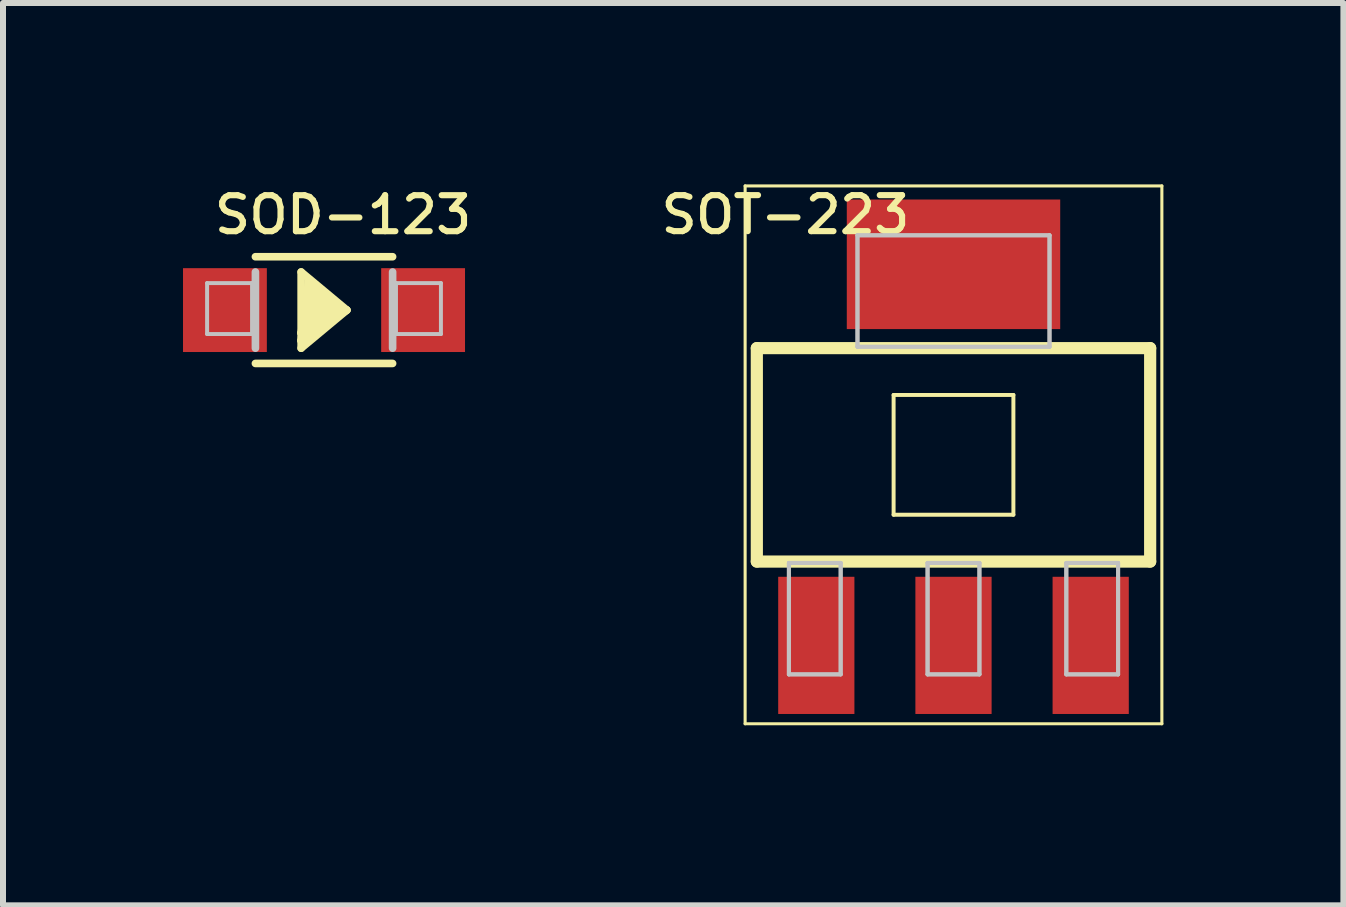
<source format=kicad_pcb>
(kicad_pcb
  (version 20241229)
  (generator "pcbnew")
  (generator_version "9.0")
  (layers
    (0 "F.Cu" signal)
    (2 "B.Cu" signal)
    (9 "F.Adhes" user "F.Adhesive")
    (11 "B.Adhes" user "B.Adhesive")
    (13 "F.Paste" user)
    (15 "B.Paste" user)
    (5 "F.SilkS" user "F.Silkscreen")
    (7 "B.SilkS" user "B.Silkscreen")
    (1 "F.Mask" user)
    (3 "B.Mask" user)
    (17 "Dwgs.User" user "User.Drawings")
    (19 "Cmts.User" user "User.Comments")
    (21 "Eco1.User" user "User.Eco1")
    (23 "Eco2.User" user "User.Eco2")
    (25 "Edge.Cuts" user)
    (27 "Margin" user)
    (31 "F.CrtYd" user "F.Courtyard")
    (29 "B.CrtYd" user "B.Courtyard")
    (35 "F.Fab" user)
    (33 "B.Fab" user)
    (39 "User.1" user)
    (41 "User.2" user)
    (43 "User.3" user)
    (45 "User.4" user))
  (footprint "SOD-123"
    (layer "F.Cu")
    (at 2.349 2.117)
    (property "Reference" "SOD-123" (at 0.318 -1.587 0) (layer "F.SilkS") (effects (font (size 0.6 0.6) (thickness 0.102))))
    (attr smd)
    (fp_line (start -1.143 -0.889) (end 1.143 -0.889) (stroke (width 0.127) (type solid)) (layer "F.SilkS"))
    (fp_line (start -0.381 -0.635) (end 0.381 0) (stroke (width 0.127) (type solid)) (layer "F.SilkS"))
    (fp_line (start -0.381 0.381) (end -0.381 -0.635) (stroke (width 0.127) (type solid)) (layer "F.SilkS"))
    (fp_line (start -0.381 0.381) (end -0.254 -0.381) (stroke (width 0.127) (type solid)) (layer "F.SilkS"))
    (fp_line (start -0.381 0.508) (end -0.381 0.381) (stroke (width 0.127) (type solid)) (layer "F.SilkS"))
    (fp_line (start -0.381 0.508) (end -0.254 -0.508) (stroke (width 0.127) (type solid)) (layer "F.SilkS"))
    (fp_line (start -0.381 0.635) (end -0.381 0.508) (stroke (width 0.127) (type solid)) (layer "F.SilkS"))
    (fp_line (start -0.254 -0.508) (end 0.254 0) (stroke (width 0.127) (type solid)) (layer "F.SilkS"))
    (fp_line (start -0.254 -0.381) (end 0.127 0) (stroke (width 0.127) (type solid)) (layer "F.SilkS"))
    (fp_line (start -0.254 -0.254) (end -0.127 -0.127) (stroke (width 0.127) (type solid)) (layer "F.SilkS"))
    (fp_line (start -0.254 0.127) (end -0.254 -0.254) (stroke (width 0.127) (type solid)) (layer "F.SilkS"))
    (fp_line (start -0.254 0.127) (end -0.127 -0.127) (stroke (width 0.127) (type solid)) (layer "F.SilkS"))
    (fp_line (start -0.254 0.254) (end -0.254 0.127) (stroke (width 0.127) (type solid)) (layer "F.SilkS"))
    (fp_line (start -0.127 -0.127) (end -0.127 0) (stroke (width 0.127) (type solid)) (layer "F.SilkS"))
    (fp_line (start -0.127 -0.127) (end 0 0) (stroke (width 0.127) (type solid)) (layer "F.SilkS"))
    (fp_line (start 0 0) (end -0.254 0.127) (stroke (width 0.127) (type solid)) (layer "F.SilkS"))
    (fp_line (start 0.127 0) (end -0.254 0.254) (stroke (width 0.127) (type solid)) (layer "F.SilkS"))
    (fp_line (start 0.254 0) (end -0.381 0.381) (stroke (width 0.127) (type solid)) (layer "F.SilkS"))
    (fp_line (start 0.381 0) (end -0.381 0.508) (stroke (width 0.127) (type solid)) (layer "F.SilkS"))
    (fp_line (start 0.381 0) (end -0.381 0.635) (stroke (width 0.127) (type solid)) (layer "F.SilkS"))
    (fp_line (start 1.143 0.889) (end -1.143 0.889) (stroke (width 0.127) (type solid)) (layer "F.SilkS"))
    (fp_line (start -1.948 -0.45) (end -1.199 -0.45) (stroke (width 0.066) (type solid)) (layer "Dwgs.User"))
    (fp_line (start -1.948 0.399) (end -1.948 -0.45) (stroke (width 0.066) (type solid)) (layer "Dwgs.User"))
    (fp_line (start -1.948 0.399) (end -1.199 0.399) (stroke (width 0.066) (type solid)) (layer "Dwgs.User"))
    (fp_line (start -1.199 0.399) (end -1.199 -0.45) (stroke (width 0.066) (type solid)) (layer "Dwgs.User"))
    (fp_line (start -1.143 0.635) (end -1.143 -0.635) (stroke (width 0.127) (type solid)) (layer "Dwgs.User"))
    (fp_line (start 1.143 -0.635) (end 1.143 0.635) (stroke (width 0.127) (type solid)) (layer "Dwgs.User"))
    (fp_line (start 1.199 -0.45) (end 1.948 -0.45) (stroke (width 0.066) (type solid)) (layer "Dwgs.User"))
    (fp_line (start 1.199 0.399) (end 1.199 -0.45) (stroke (width 0.066) (type solid)) (layer "Dwgs.User"))
    (fp_line (start 1.199 0.399) (end 1.948 0.399) (stroke (width 0.066) (type solid)) (layer "Dwgs.User"))
    (fp_line (start 1.948 0.399) (end 1.948 -0.45) (stroke (width 0.066) (type solid)) (layer "Dwgs.User"))
    (pad "+" smd rect (at -1.651 0 180) (size 1.397 1.397) (layers "F.Cu" "F.Mask" "F.Paste"))
    (pad "-" smd rect (at 1.651 0 180) (size 1.397 1.397) (layers "F.Cu" "F.Mask" "F.Paste")))
  (footprint "SOT-223"
    (layer "F.Cu")
    (at 12.838 4.529)
    (property "Reference" "SOT-223" (at -2.8 -4 180) (layer "F.SilkS") (effects (font (size 0.6 0.6) (thickness 0.102))))
    (attr smd)
    (fp_line (start -3.472 -4.481) (end 3.472 -4.481) (stroke (width 0.051) (type solid)) (layer "F.SilkS"))
    (fp_line (start -3.472 4.481) (end -3.472 -4.481) (stroke (width 0.051) (type solid)) (layer "F.SilkS"))
    (fp_line (start -3.277 -1.778) (end 3.277 -1.778) (stroke (width 0.203) (type solid)) (layer "F.SilkS"))
    (fp_line (start -3.277 1.778) (end -3.277 -1.778) (stroke (width 0.203) (type solid)) (layer "F.SilkS"))
    (fp_line (start -0.998 -0.998) (end 0.998 -0.998) (stroke (width 0.066) (type solid)) (layer "F.SilkS"))
    (fp_line (start -0.998 0.998) (end -0.998 -0.998) (stroke (width 0.066) (type solid)) (layer "F.SilkS"))
    (fp_line (start -0.998 0.998) (end 0.998 0.998) (stroke (width 0.066) (type solid)) (layer "F.SilkS"))
    (fp_line (start 0.998 0.998) (end 0.998 -0.998) (stroke (width 0.066) (type solid)) (layer "F.SilkS"))
    (fp_line (start 3.277 -1.778) (end 3.277 1.778) (stroke (width 0.203) (type solid)) (layer "F.SilkS"))
    (fp_line (start 3.277 1.778) (end -3.277 1.778) (stroke (width 0.203) (type solid)) (layer "F.SilkS"))
    (fp_line (start 3.472 -4.481) (end 3.472 4.481) (stroke (width 0.051) (type solid)) (layer "F.SilkS"))
    (fp_line (start 3.472 4.481) (end -3.472 4.481) (stroke (width 0.051) (type solid)) (layer "F.SilkS"))
    (fp_line (start -2.743 1.801) (end -1.88 1.801) (stroke (width 0.066) (type solid)) (layer "Dwgs.User"))
    (fp_line (start -2.743 1.801) (end -1.88 1.801) (stroke (width 0.066) (type solid)) (layer "Dwgs.User"))
    (fp_line (start -2.743 3.658) (end -2.743 1.801) (stroke (width 0.066) (type solid)) (layer "Dwgs.User"))
    (fp_line (start -2.743 3.658) (end -2.743 1.801) (stroke (width 0.066) (type solid)) (layer "Dwgs.User"))
    (fp_line (start -2.743 3.658) (end -1.88 3.658) (stroke (width 0.066) (type solid)) (layer "Dwgs.User"))
    (fp_line (start -2.743 3.658) (end -1.88 3.658) (stroke (width 0.066) (type solid)) (layer "Dwgs.User"))
    (fp_line (start -1.88 3.658) (end -1.88 1.801) (stroke (width 0.066) (type solid)) (layer "Dwgs.User"))
    (fp_line (start -1.88 3.658) (end -1.88 1.801) (stroke (width 0.066) (type solid)) (layer "Dwgs.User"))
    (fp_line (start -1.6 -3.658) (end 1.6 -3.658) (stroke (width 0.066) (type solid)) (layer "Dwgs.User"))
    (fp_line (start -1.6 -3.658) (end 1.6 -3.658) (stroke (width 0.066) (type solid)) (layer "Dwgs.User"))
    (fp_line (start -1.6 -1.801) (end -1.6 -3.658) (stroke (width 0.066) (type solid)) (layer "Dwgs.User"))
    (fp_line (start -1.6 -1.801) (end -1.6 -3.658) (stroke (width 0.066) (type solid)) (layer "Dwgs.User"))
    (fp_line (start -1.6 -1.801) (end 1.6 -1.801) (stroke (width 0.066) (type solid)) (layer "Dwgs.User"))
    (fp_line (start -1.6 -1.801) (end 1.6 -1.801) (stroke (width 0.066) (type solid)) (layer "Dwgs.User"))
    (fp_line (start -0.432 1.801) (end 0.432 1.801) (stroke (width 0.066) (type solid)) (layer "Dwgs.User"))
    (fp_line (start -0.432 1.801) (end 0.432 1.801) (stroke (width 0.066) (type solid)) (layer "Dwgs.User"))
    (fp_line (start -0.432 3.658) (end -0.432 1.801) (stroke (width 0.066) (type solid)) (layer "Dwgs.User"))
    (fp_line (start -0.432 3.658) (end -0.432 1.801) (stroke (width 0.066) (type solid)) (layer "Dwgs.User"))
    (fp_line (start -0.432 3.658) (end 0.432 3.658) (stroke (width 0.066) (type solid)) (layer "Dwgs.User"))
    (fp_line (start -0.432 3.658) (end 0.432 3.658) (stroke (width 0.066) (type solid)) (layer "Dwgs.User"))
    (fp_line (start 0.432 3.658) (end 0.432 1.801) (stroke (width 0.066) (type solid)) (layer "Dwgs.User"))
    (fp_line (start 0.432 3.658) (end 0.432 1.801) (stroke (width 0.066) (type solid)) (layer "Dwgs.User"))
    (fp_line (start 1.6 -1.801) (end 1.6 -3.658) (stroke (width 0.066) (type solid)) (layer "Dwgs.User"))
    (fp_line (start 1.6 -1.801) (end 1.6 -3.658) (stroke (width 0.066) (type solid)) (layer "Dwgs.User"))
    (fp_line (start 1.88 1.801) (end 2.743 1.801) (stroke (width 0.066) (type solid)) (layer "Dwgs.User"))
    (fp_line (start 1.88 1.801) (end 2.743 1.801) (stroke (width 0.066) (type solid)) (layer "Dwgs.User"))
    (fp_line (start 1.88 3.658) (end 1.88 1.801) (stroke (width 0.066) (type solid)) (layer "Dwgs.User"))
    (fp_line (start 1.88 3.658) (end 1.88 1.801) (stroke (width 0.066) (type solid)) (layer "Dwgs.User"))
    (fp_line (start 1.88 3.658) (end 2.743 3.658) (stroke (width 0.066) (type solid)) (layer "Dwgs.User"))
    (fp_line (start 1.88 3.658) (end 2.743 3.658) (stroke (width 0.066) (type solid)) (layer "Dwgs.User"))
    (fp_line (start 2.743 3.658) (end 2.743 1.801) (stroke (width 0.066) (type solid)) (layer "Dwgs.User"))
    (fp_line (start 2.743 3.658) (end 2.743 1.801) (stroke (width 0.066) (type solid)) (layer "Dwgs.User"))
    (pad "1" smd rect (at -2.286 3.175) (size 1.27 2.286) (layers "F.Cu" "F.Mask" "F.Paste"))
    (pad "2" smd rect (at 0 3.175) (size 1.27 2.286) (layers "F.Cu" "F.Mask" "F.Paste"))
    (pad "3" smd rect (at 2.286 3.175) (size 1.27 2.286) (layers "F.Cu" "F.Mask" "F.Paste"))
    (pad "TER" smd rect (at 0 -3.175) (size 3.556 2.159) (layers "F.Cu" "F.Mask" "F.Paste")))
  (gr_rect
    (start -3 -3)
    (end 19.335 12.035)
    (stroke (width 0.1) (type default))
    (fill no)
    (layer "Edge.Cuts")))
</source>
